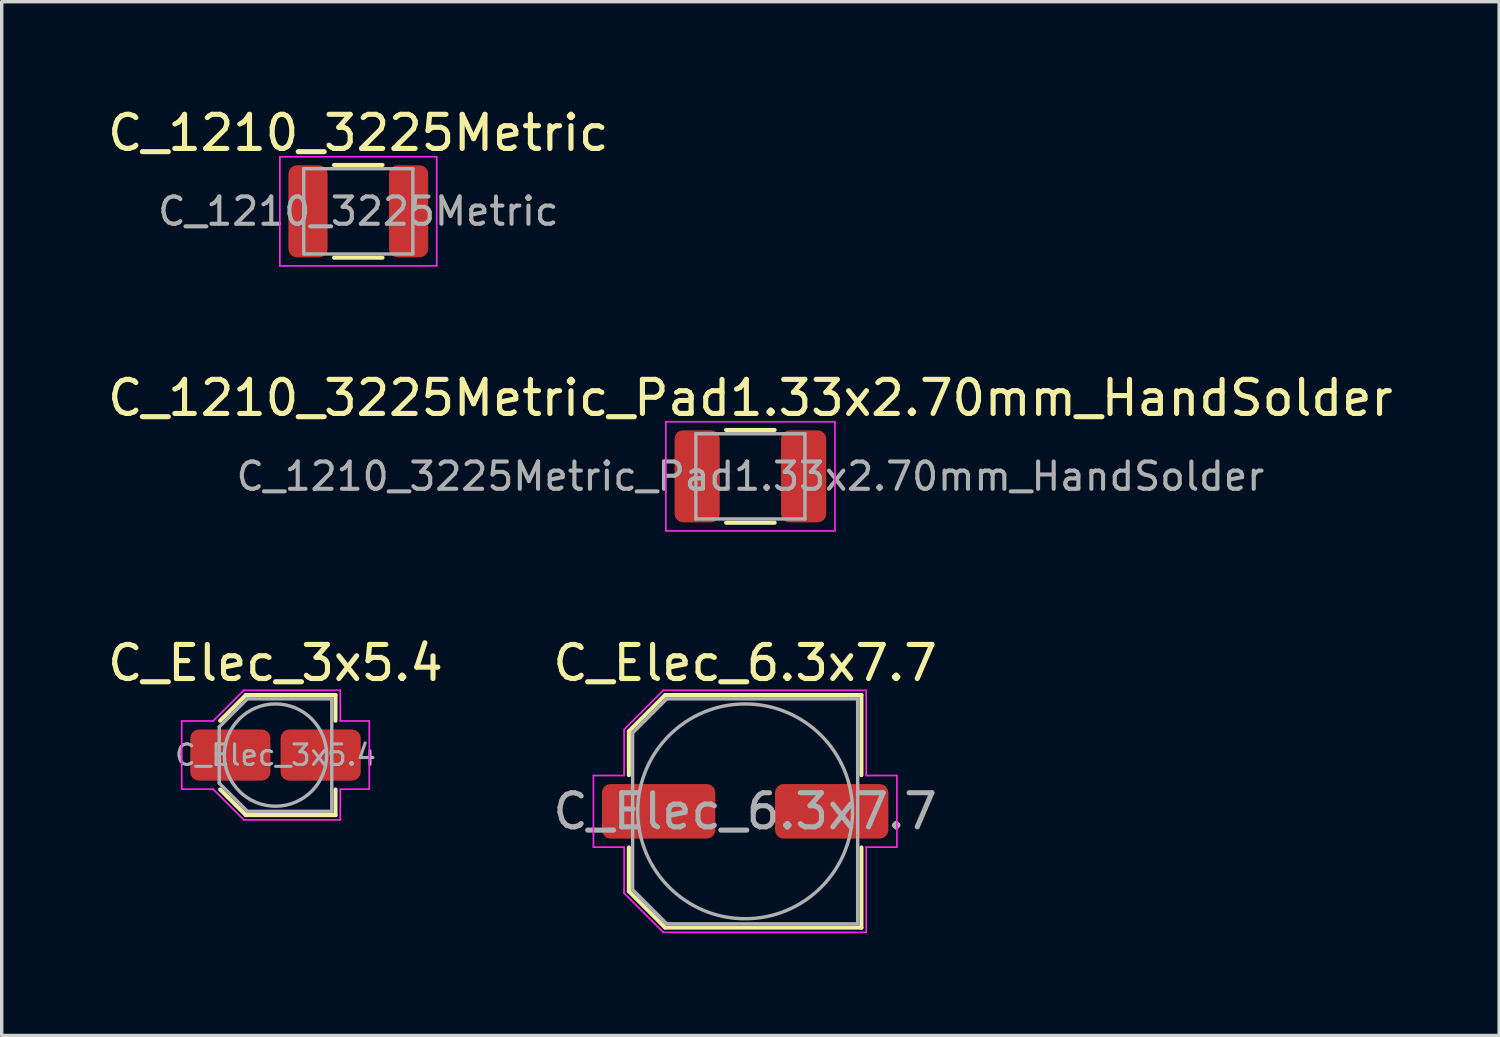
<source format=kicad_pcb>
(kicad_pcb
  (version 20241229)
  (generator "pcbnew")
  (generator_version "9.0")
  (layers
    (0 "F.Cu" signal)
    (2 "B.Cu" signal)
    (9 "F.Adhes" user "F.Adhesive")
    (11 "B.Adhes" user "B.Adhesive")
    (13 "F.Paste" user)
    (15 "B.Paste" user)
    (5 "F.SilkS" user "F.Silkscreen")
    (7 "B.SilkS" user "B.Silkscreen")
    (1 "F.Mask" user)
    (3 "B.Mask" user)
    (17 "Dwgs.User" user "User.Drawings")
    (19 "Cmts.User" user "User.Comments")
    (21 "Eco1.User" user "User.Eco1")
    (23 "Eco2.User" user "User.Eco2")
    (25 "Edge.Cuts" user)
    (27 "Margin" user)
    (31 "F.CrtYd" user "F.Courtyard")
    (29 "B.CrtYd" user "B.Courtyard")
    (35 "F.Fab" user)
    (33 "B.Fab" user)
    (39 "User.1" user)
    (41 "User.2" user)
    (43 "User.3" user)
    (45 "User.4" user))
  (footprint "C_Elec_6.3x7.7"
    (layer "F.Cu")
    (at 18.804 20.745)
    (property "Reference" "C_Elec_6.3x7.7" (at 0 -4.35 0) (layer "F.SilkS") (effects (font (size 1 1) (thickness 0.15))))
    (attr smd)
    (fp_line (start -3.41 -2.346) (end -3.41 -1.06) (stroke (width 0.12) (type solid)) (layer "F.SilkS"))
    (fp_line (start -3.41 -2.346) (end -2.346 -3.41) (stroke (width 0.12) (type solid)) (layer "F.SilkS"))
    (fp_line (start -3.41 2.346) (end -3.41 1.06) (stroke (width 0.12) (type solid)) (layer "F.SilkS"))
    (fp_line (start -3.41 2.346) (end -2.346 3.41) (stroke (width 0.12) (type solid)) (layer "F.SilkS"))
    (fp_line (start -2.346 -3.41) (end 3.41 -3.41) (stroke (width 0.12) (type solid)) (layer "F.SilkS"))
    (fp_line (start -2.346 3.41) (end 3.41 3.41) (stroke (width 0.12) (type solid)) (layer "F.SilkS"))
    (fp_line (start 3.41 -3.41) (end 3.41 -1.06) (stroke (width 0.12) (type solid)) (layer "F.SilkS"))
    (fp_line (start 3.41 3.41) (end 3.41 1.06) (stroke (width 0.12) (type solid)) (layer "F.SilkS"))
    (fp_line (start -4.45 -1.05) (end -4.45 1.05) (stroke (width 0.05) (type solid)) (layer "F.CrtYd"))
    (fp_line (start -4.45 1.05) (end -3.55 1.05) (stroke (width 0.05) (type solid)) (layer "F.CrtYd"))
    (fp_line (start -3.55 -2.4) (end -3.55 -1.05) (stroke (width 0.05) (type solid)) (layer "F.CrtYd"))
    (fp_line (start -3.55 -2.4) (end -2.4 -3.55) (stroke (width 0.05) (type solid)) (layer "F.CrtYd"))
    (fp_line (start -3.55 -1.05) (end -4.45 -1.05) (stroke (width 0.05) (type solid)) (layer "F.CrtYd"))
    (fp_line (start -3.55 1.05) (end -3.55 2.4) (stroke (width 0.05) (type solid)) (layer "F.CrtYd"))
    (fp_line (start -3.55 2.4) (end -2.4 3.55) (stroke (width 0.05) (type solid)) (layer "F.CrtYd"))
    (fp_line (start -2.4 -3.55) (end 3.55 -3.55) (stroke (width 0.05) (type solid)) (layer "F.CrtYd"))
    (fp_line (start -2.4 3.55) (end 3.55 3.55) (stroke (width 0.05) (type solid)) (layer "F.CrtYd"))
    (fp_line (start 3.55 -3.55) (end 3.55 -1.05) (stroke (width 0.05) (type solid)) (layer "F.CrtYd"))
    (fp_line (start 3.55 -1.05) (end 4.45 -1.05) (stroke (width 0.05) (type solid)) (layer "F.CrtYd"))
    (fp_line (start 3.55 1.05) (end 3.55 3.55) (stroke (width 0.05) (type solid)) (layer "F.CrtYd"))
    (fp_line (start 4.45 -1.05) (end 4.45 1.05) (stroke (width 0.05) (type solid)) (layer "F.CrtYd"))
    (fp_line (start 4.45 1.05) (end 3.55 1.05) (stroke (width 0.05) (type solid)) (layer "F.CrtYd"))
    (fp_line (start -3.3 -2.3) (end -3.3 2.3) (stroke (width 0.1) (type solid)) (layer "F.Fab"))
    (fp_line (start -3.3 -2.3) (end -2.3 -3.3) (stroke (width 0.1) (type solid)) (layer "F.Fab"))
    (fp_line (start -3.3 2.3) (end -2.3 3.3) (stroke (width 0.1) (type solid)) (layer "F.Fab"))
    (fp_line (start -2.3 -3.3) (end 3.3 -3.3) (stroke (width 0.1) (type solid)) (layer "F.Fab"))
    (fp_line (start -2.3 3.3) (end 3.3 3.3) (stroke (width 0.1) (type solid)) (layer "F.Fab"))
    (fp_line (start 3.3 -3.3) (end 3.3 3.3) (stroke (width 0.1) (type solid)) (layer "F.Fab"))
    (fp_circle (center 0 0) (end 3.15 0) (stroke (width 0.1) (type solid)) (fill no) (layer "F.Fab"))
    (fp_text user "${REFERENCE}" (at 0 0 0) (layer "F.Fab") (effects (font (size 1 1) (thickness 0.15))))
    (pad "1" smd roundrect (at -2.538 0) (size 3.325 1.6) (layers "F.Cu" "F.Mask" "F.Paste") (roundrect_rratio 0.156))
    (pad "2" smd roundrect (at 2.538 0) (size 3.325 1.6) (layers "F.Cu" "F.Mask" "F.Paste") (roundrect_rratio 0.156)))
  (footprint "C_1210_3225Metric"
    (layer "F.Cu")
    (at 7.458 3.148)
    (property "Reference" "C_1210_3225Metric" (at 0 -2.3 0) (layer "F.SilkS") (effects (font (size 1 1) (thickness 0.15))))
    (attr smd)
    (fp_line (start -0.711 -1.36) (end 0.711 -1.36) (stroke (width 0.12) (type solid)) (layer "F.SilkS"))
    (fp_line (start -0.711 1.36) (end 0.711 1.36) (stroke (width 0.12) (type solid)) (layer "F.SilkS"))
    (fp_line (start -2.3 -1.6) (end 2.3 -1.6) (stroke (width 0.05) (type solid)) (layer "F.CrtYd"))
    (fp_line (start -2.3 1.6) (end -2.3 -1.6) (stroke (width 0.05) (type solid)) (layer "F.CrtYd"))
    (fp_line (start 2.3 -1.6) (end 2.3 1.6) (stroke (width 0.05) (type solid)) (layer "F.CrtYd"))
    (fp_line (start 2.3 1.6) (end -2.3 1.6) (stroke (width 0.05) (type solid)) (layer "F.CrtYd"))
    (fp_line (start -1.6 -1.25) (end 1.6 -1.25) (stroke (width 0.1) (type solid)) (layer "F.Fab"))
    (fp_line (start -1.6 1.25) (end -1.6 -1.25) (stroke (width 0.1) (type solid)) (layer "F.Fab"))
    (fp_line (start 1.6 -1.25) (end 1.6 1.25) (stroke (width 0.1) (type solid)) (layer "F.Fab"))
    (fp_line (start 1.6 1.25) (end -1.6 1.25) (stroke (width 0.1) (type solid)) (layer "F.Fab"))
    (fp_text user "${REFERENCE}" (at 0 0 0) (layer "F.Fab") (effects (font (size 0.8 0.8) (thickness 0.12))))
    (pad "1" smd roundrect (at -1.475 0) (size 1.15 2.7) (layers "F.Cu" "F.Mask" "F.Paste") (roundrect_rratio 0.217))
    (pad "2" smd roundrect (at 1.475 0) (size 1.15 2.7) (layers "F.Cu" "F.Mask" "F.Paste") (roundrect_rratio 0.217)))
  (footprint "C_Elec_3x5.4"
    (layer "F.Cu")
    (at 5.03 19.095)
    (property "Reference" "C_Elec_3x5.4" (at 0 -2.7 0) (layer "F.SilkS") (effects (font (size 1 1) (thickness 0.15))))
    (attr smd)
    (fp_line (start -1.621 -1.01) (end -0.871 -1.76) (stroke (width 0.12) (type solid)) (layer "F.SilkS"))
    (fp_line (start -1.621 1.01) (end -0.871 1.76) (stroke (width 0.12) (type solid)) (layer "F.SilkS"))
    (fp_line (start -0.871 -1.76) (end 1.76 -1.76) (stroke (width 0.12) (type solid)) (layer "F.SilkS"))
    (fp_line (start -0.871 1.76) (end 1.76 1.76) (stroke (width 0.12) (type solid)) (layer "F.SilkS"))
    (fp_line (start 1.76 -1.76) (end 1.76 -1.01) (stroke (width 0.12) (type solid)) (layer "F.SilkS"))
    (fp_line (start 1.76 1.76) (end 1.76 1.01) (stroke (width 0.12) (type solid)) (layer "F.SilkS"))
    (fp_line (start -2.75 -1) (end -2.75 1) (stroke (width 0.05) (type solid)) (layer "F.CrtYd"))
    (fp_line (start -2.75 1) (end -1.83 1) (stroke (width 0.05) (type solid)) (layer "F.CrtYd"))
    (fp_line (start -1.83 -1) (end -2.75 -1) (stroke (width 0.05) (type solid)) (layer "F.CrtYd"))
    (fp_line (start -1.83 -1) (end -0.93 -1.9) (stroke (width 0.05) (type solid)) (layer "F.CrtYd"))
    (fp_line (start -1.83 1) (end -0.93 1.9) (stroke (width 0.05) (type solid)) (layer "F.CrtYd"))
    (fp_line (start -0.93 -1.9) (end 1.9 -1.9) (stroke (width 0.05) (type solid)) (layer "F.CrtYd"))
    (fp_line (start -0.93 1.9) (end 1.9 1.9) (stroke (width 0.05) (type solid)) (layer "F.CrtYd"))
    (fp_line (start 1.9 -1.9) (end 1.9 -1) (stroke (width 0.05) (type solid)) (layer "F.CrtYd"))
    (fp_line (start 1.9 -1) (end 2.75 -1) (stroke (width 0.05) (type solid)) (layer "F.CrtYd"))
    (fp_line (start 1.9 1) (end 1.9 1.9) (stroke (width 0.05) (type solid)) (layer "F.CrtYd"))
    (fp_line (start 2.75 -1) (end 2.75 1) (stroke (width 0.05) (type solid)) (layer "F.CrtYd"))
    (fp_line (start 2.75 1) (end 1.9 1) (stroke (width 0.05) (type solid)) (layer "F.CrtYd"))
    (fp_line (start -1.65 -0.825) (end -1.65 0.825) (stroke (width 0.1) (type solid)) (layer "F.Fab"))
    (fp_line (start -1.65 -0.825) (end -0.825 -1.65) (stroke (width 0.1) (type solid)) (layer "F.Fab"))
    (fp_line (start -1.65 0.825) (end -0.825 1.65) (stroke (width 0.1) (type solid)) (layer "F.Fab"))
    (fp_line (start -0.825 -1.65) (end 1.65 -1.65) (stroke (width 0.1) (type solid)) (layer "F.Fab"))
    (fp_line (start -0.825 1.65) (end 1.65 1.65) (stroke (width 0.1) (type solid)) (layer "F.Fab"))
    (fp_line (start 1.65 -1.65) (end 1.65 1.65) (stroke (width 0.1) (type solid)) (layer "F.Fab"))
    (fp_circle (center 0 0) (end 1.5 0) (stroke (width 0.1) (type solid)) (fill no) (layer "F.Fab"))
    (fp_text user "${REFERENCE}" (at 0 0 0) (layer "F.Fab") (effects (font (size 0.6 0.6) (thickness 0.09))))
    (pad "1" smd roundrect (at -1.325 0) (size 2.35 1.5) (layers "F.Cu" "F.Mask" "F.Paste") (roundrect_rratio 0.167))
    (pad "2" smd roundrect (at 1.325 0) (size 2.35 1.5) (layers "F.Cu" "F.Mask" "F.Paste") (roundrect_rratio 0.167)))
  (footprint "C_1210_3225Metric_Pad1.33x2.70mm_HandSolder"
    (layer "F.Cu")
    (at 18.958 10.921)
    (property "Reference" "C_1210_3225Metric_Pad1.33x2.70mm_HandSolder" (at 0 -2.3 0) (layer "F.SilkS") (effects (font (size 1 1) (thickness 0.15))))
    (attr smd)
    (fp_line (start -0.711 -1.36) (end 0.711 -1.36) (stroke (width 0.12) (type solid)) (layer "F.SilkS"))
    (fp_line (start -0.711 1.36) (end 0.711 1.36) (stroke (width 0.12) (type solid)) (layer "F.SilkS"))
    (fp_line (start -2.48 -1.6) (end 2.48 -1.6) (stroke (width 0.05) (type solid)) (layer "F.CrtYd"))
    (fp_line (start -2.48 1.6) (end -2.48 -1.6) (stroke (width 0.05) (type solid)) (layer "F.CrtYd"))
    (fp_line (start 2.48 -1.6) (end 2.48 1.6) (stroke (width 0.05) (type solid)) (layer "F.CrtYd"))
    (fp_line (start 2.48 1.6) (end -2.48 1.6) (stroke (width 0.05) (type solid)) (layer "F.CrtYd"))
    (fp_line (start -1.6 -1.25) (end 1.6 -1.25) (stroke (width 0.1) (type solid)) (layer "F.Fab"))
    (fp_line (start -1.6 1.25) (end -1.6 -1.25) (stroke (width 0.1) (type solid)) (layer "F.Fab"))
    (fp_line (start 1.6 -1.25) (end 1.6 1.25) (stroke (width 0.1) (type solid)) (layer "F.Fab"))
    (fp_line (start 1.6 1.25) (end -1.6 1.25) (stroke (width 0.1) (type solid)) (layer "F.Fab"))
    (fp_text user "${REFERENCE}" (at 0 0 0) (layer "F.Fab") (effects (font (size 0.8 0.8) (thickness 0.12))))
    (pad "1" smd roundrect (at -1.562 0) (size 1.325 2.7) (layers "F.Cu" "F.Mask" "F.Paste") (roundrect_rratio 0.189))
    (pad "2" smd roundrect (at 1.562 0) (size 1.325 2.7) (layers "F.Cu" "F.Mask" "F.Paste") (roundrect_rratio 0.189)))
  (gr_rect
    (start -3 -3)
    (end 40.917 27.32)
    (stroke (width 0.1) (type default))
    (fill no)
    (layer "Edge.Cuts")))
</source>
